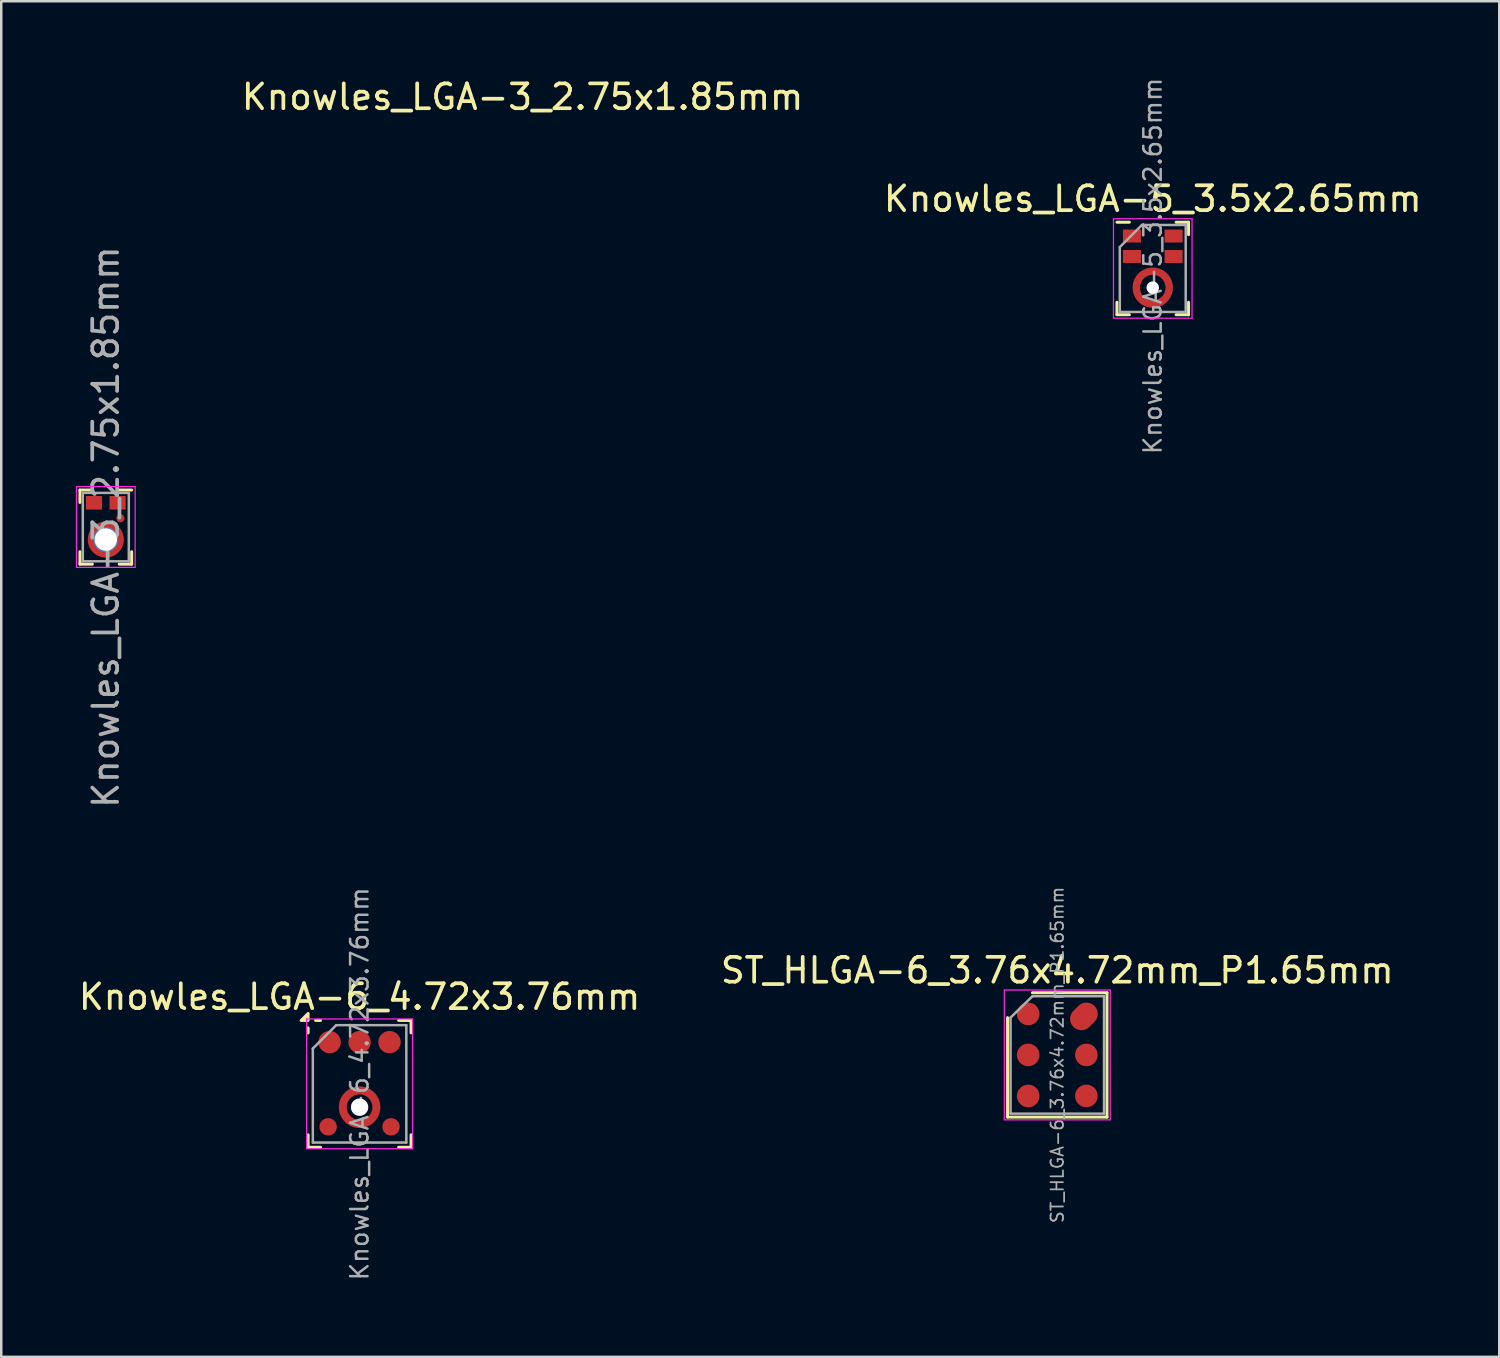
<source format=kicad_pcb>
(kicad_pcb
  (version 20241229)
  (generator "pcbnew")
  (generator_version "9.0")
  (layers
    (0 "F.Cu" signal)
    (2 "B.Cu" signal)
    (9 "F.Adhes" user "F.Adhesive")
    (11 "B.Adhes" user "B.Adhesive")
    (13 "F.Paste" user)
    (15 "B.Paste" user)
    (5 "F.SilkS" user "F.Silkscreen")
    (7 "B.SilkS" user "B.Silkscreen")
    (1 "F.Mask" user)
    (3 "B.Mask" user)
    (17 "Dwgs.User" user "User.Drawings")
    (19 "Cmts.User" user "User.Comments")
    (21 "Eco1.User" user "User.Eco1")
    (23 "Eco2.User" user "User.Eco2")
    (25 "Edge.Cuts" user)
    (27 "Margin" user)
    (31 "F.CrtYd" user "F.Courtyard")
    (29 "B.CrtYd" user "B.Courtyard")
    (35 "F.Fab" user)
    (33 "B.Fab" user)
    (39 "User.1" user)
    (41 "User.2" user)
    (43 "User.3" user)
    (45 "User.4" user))
  (footprint "Knowles_LGA-3_2.75x1.85mm"
    (layer "F.Cu")
    (at 1.205 18.148)
    (property "Reference" "Knowles_LGA-3_2.75x1.85mm" (at 16.76 -17.3 0) (unlocked yes) (layer "F.SilkS") (effects (font (size 1 1) (thickness 0.15))))
    (attr smd)
    (fp_line (start -1.04 -1.49) (end -1.04 -0.99) (stroke (width 0.12) (type solid)) (layer "F.SilkS"))
    (fp_line (start -1.04 1.49) (end -1.04 0.99) (stroke (width 0.12) (type solid)) (layer "F.SilkS"))
    (fp_line (start -1.04 1.49) (end -0.54 1.49) (stroke (width 0.12) (type solid)) (layer "F.SilkS"))
    (fp_line (start -0.54 -1.49) (end -1.04 -1.49) (stroke (width 0.12) (type solid)) (layer "F.SilkS"))
    (fp_line (start 1.04 -1.49) (end 0.54 -1.49) (stroke (width 0.12) (type solid)) (layer "F.SilkS"))
    (fp_line (start 1.04 1.49) (end 0.54 1.49) (stroke (width 0.12) (type solid)) (layer "F.SilkS"))
    (fp_line (start 1.04 1.49) (end 1.04 0.99) (stroke (width 0.12) (type solid)) (layer "F.SilkS"))
    (fp_arc (start -0.60039 0.495672) (mid -0.554718 0.266062) (end -0.424654 0.071408) (stroke (width 0.25) (type solid)) (layer "F.Paste"))
    (fp_arc (start -0.00039 -0.094328) (mid 0.22922 -0.048656) (end 0.423874 0.081408) (stroke (width 0.25) (type solid)) (layer "F.Paste"))
    (fp_arc (start -0.00039 1.095672) (mid -0.23 1.05) (end -0.424654 0.919936) (stroke (width 0.25) (type solid)) (layer "F.Paste"))
    (fp_arc (start 0.595672 0.50039) (mid 0.55 0.73) (end 0.419936 0.924654) (stroke (width 0.25) (type solid)) (layer "F.Paste"))
    (fp_line (start -1.18 -1.63) (end -1.18 1.62) (stroke (width 0.05) (type solid)) (layer "F.CrtYd"))
    (fp_line (start -1.18 -1.63) (end 1.18 -1.63) (stroke (width 0.05) (type solid)) (layer "F.CrtYd"))
    (fp_line (start -1.18 1.62) (end 1.18 1.62) (stroke (width 0.05) (type solid)) (layer "F.CrtYd"))
    (fp_line (start 1.18 -1.63) (end 1.18 1.62) (stroke (width 0.05) (type solid)) (layer "F.CrtYd"))
    (fp_line (start -0.925 -1.375) (end -0.925 1.375) (stroke (width 0.1) (type solid)) (layer "F.Fab"))
    (fp_line (start -0.925 -1.375) (end 0.925 -1.375) (stroke (width 0.1) (type solid)) (layer "F.Fab"))
    (fp_line (start -0.925 1.375) (end 0.925 1.375) (stroke (width 0.1) (type solid)) (layer "F.Fab"))
    (fp_line (start 0.925 -1.375) (end 0.925 1.375) (stroke (width 0.1) (type solid)) (layer "F.Fab"))
    (fp_text user "${REFERENCE}" (at 0 0 90) (unlocked yes) (layer "F.Fab") (effects (font (size 1 1) (thickness 0.15))))
    (pad "" connect circle (at 0 0.5) (size 1.45 1.45) (layers "F.Cu" "F.Mask"))
    (pad "" smd circle (at 0.588 -0.355) (size 0.325 0.325) (layers "F.Cu" "F.Mask"))
    (pad "1" smd rect (at 0.475 -0.978) (size 0.65 0.545) (layers "F.Cu" "F.Mask" "F.Paste"))
    (pad "2" smd rect (at -0.475 -0.978) (size 0.65 0.545) (layers "F.Cu" "F.Mask" "F.Paste"))
    (pad "3" thru_hole circle (at 0 0.5) (size 1 1) (drill 0.9) (layers "*.Cu" "*.Mask")))
  (footprint "ST_HLGA-6_3.76x4.72mm_P1.65mm"
    (layer "F.Cu")
    (at 39.47 39.376)
    (property "Reference" "ST_HLGA-6_3.76x4.72mm_P1.65mm" (at 0 -3.4 0) (layer "F.SilkS") (effects (font (size 1 1) (thickness 0.15))))
    (attr smd)
    (fp_line (start -2 2.5) (end -2 -1.5) (stroke (width 0.12) (type solid)) (layer "F.SilkS"))
    (fp_line (start -1 -2.5) (end 2 -2.5) (stroke (width 0.12) (type solid)) (layer "F.SilkS"))
    (fp_line (start 2 -2.5) (end 2 2.5) (stroke (width 0.12) (type solid)) (layer "F.SilkS"))
    (fp_line (start 2 2.5) (end -2 2.5) (stroke (width 0.12) (type solid)) (layer "F.SilkS"))
    (fp_line (start -2.13 -2.61) (end 2.13 -2.61) (stroke (width 0.05) (type solid)) (layer "F.CrtYd"))
    (fp_line (start -2.13 2.61) (end -2.13 -2.61) (stroke (width 0.05) (type solid)) (layer "F.CrtYd"))
    (fp_line (start 2.13 -2.61) (end 2.13 2.61) (stroke (width 0.05) (type solid)) (layer "F.CrtYd"))
    (fp_line (start 2.13 2.61) (end -2.13 2.61) (stroke (width 0.05) (type solid)) (layer "F.CrtYd"))
    (fp_line (start -1.88 2.36) (end -1.88 -1.5) (stroke (width 0.1) (type solid)) (layer "F.Fab"))
    (fp_line (start -1 -2.36) (end -1.88 -1.5) (stroke (width 0.1) (type solid)) (layer "F.Fab"))
    (fp_line (start -1 -2.36) (end 1.88 -2.36) (stroke (width 0.1) (type solid)) (layer "F.Fab"))
    (fp_line (start 1.88 -2.36) (end 1.88 2.36) (stroke (width 0.1) (type solid)) (layer "F.Fab"))
    (fp_line (start 1.88 2.36) (end -1.88 2.36) (stroke (width 0.1) (type solid)) (layer "F.Fab"))
    (fp_text user "${REFERENCE}" (at 0 0 90) (layer "F.Fab") (effects (font (size 0.5 0.5) (thickness 0.07))))
    (pad "1" smd circle (at -1.17 -1.65) (size 0.91 0.91) (layers "F.Cu" "F.Mask" "F.Paste"))
    (pad "2" smd circle (at -1.17 0) (size 0.91 0.91) (layers "F.Cu" "F.Mask" "F.Paste"))
    (pad "3" smd circle (at -1.17 1.65) (size 0.91 0.91) (layers "F.Cu" "F.Mask" "F.Paste"))
    (pad "4" smd circle (at 1.17 1.65) (size 0.91 0.91) (layers "F.Cu" "F.Mask" "F.Paste"))
    (pad "5" smd circle (at 1.17 0) (size 0.91 0.91) (layers "F.Cu" "F.Mask" "F.Paste"))
    (pad "6" smd oval (at 1.17 -1.65 45) (size 1.193 0.91) (drill (offset -0.141 0)) (layers "F.Cu" "F.Mask" "F.Paste")))
  (footprint "Knowles_LGA-6_4.72x3.76mm"
    (layer "F.Cu")
    (at 11.411 40.539)
    (property "Reference" "Knowles_LGA-6_4.72x3.76mm" (at 0 -3.5 0) (layer "F.SilkS") (effects (font (size 1 1) (thickness 0.15))))
    (attr smd)
    (fp_line (start -2.07 -2.25) (end -2.07 -2.05) (stroke (width 0.12) (type solid)) (layer "F.SilkS"))
    (fp_line (start -2.07 2.05) (end -2.07 2.55) (stroke (width 0.12) (type solid)) (layer "F.SilkS"))
    (fp_line (start -1.57 -2.55) (end -1.77 -2.55) (stroke (width 0.12) (type solid)) (layer "F.SilkS"))
    (fp_line (start -1.57 2.55) (end -2.07 2.55) (stroke (width 0.12) (type solid)) (layer "F.SilkS"))
    (fp_line (start 1.57 -2.55) (end 2.07 -2.55) (stroke (width 0.12) (type solid)) (layer "F.SilkS"))
    (fp_line (start 2.07 -2.55) (end 2.07 -2.05) (stroke (width 0.12) (type solid)) (layer "F.SilkS"))
    (fp_line (start 2.07 2.05) (end 2.07 2.55) (stroke (width 0.12) (type solid)) (layer "F.SilkS"))
    (fp_line (start 2.07 2.55) (end 1.57 2.55) (stroke (width 0.12) (type solid)) (layer "F.SilkS"))
    (fp_poly (pts (xy -2.07 -2.55) (xy -2.35 -2.55) (xy -2.07 -2.83) (xy -2.07 -2.55)) (stroke (width 0.12) (type solid)) (fill yes) (layer "F.SilkS"))
    (fp_arc (start -0.6073 1.233) (mid -0.675406 0.938) (end -0.6073 0.643) (stroke (width 0.3) (type solid)) (layer "F.Paste"))
    (fp_arc (start -0.295 0.3307) (mid 0 0.262594) (end 0.295 0.3307) (stroke (width 0.3) (type solid)) (layer "F.Paste"))
    (fp_arc (start 0.295 1.5453) (mid 0 1.613406) (end -0.295 1.5453) (stroke (width 0.3255) (type solid)) (layer "F.Paste"))
    (fp_arc (start 0.6073 0.643) (mid 0.675406 0.938) (end 0.6073 1.233) (stroke (width 0.3) (type solid)) (layer "F.Paste"))
    (fp_line (start -2.13 -2.61) (end 2.13 -2.61) (stroke (width 0.05) (type solid)) (layer "F.CrtYd"))
    (fp_line (start -2.13 2.61) (end -2.13 -2.61) (stroke (width 0.05) (type solid)) (layer "F.CrtYd"))
    (fp_line (start 2.13 -2.61) (end 2.13 2.61) (stroke (width 0.05) (type solid)) (layer "F.CrtYd"))
    (fp_line (start 2.13 2.61) (end -2.13 2.61) (stroke (width 0.05) (type solid)) (layer "F.CrtYd"))
    (fp_line (start -1.88 -1.42) (end -0.94 -2.36) (stroke (width 0.1) (type default)) (layer "F.Fab"))
    (fp_line (start -1.88 2.36) (end -1.88 -1.42) (stroke (width 0.1) (type solid)) (layer "F.Fab"))
    (fp_line (start 1.88 -2.36) (end -0.94 -2.36) (stroke (width 0.1) (type solid)) (layer "F.Fab"))
    (fp_line (start 1.88 -2.36) (end 1.88 2.36) (stroke (width 0.1) (type solid)) (layer "F.Fab"))
    (fp_line (start 1.88 2.36) (end -1.88 2.36) (stroke (width 0.1) (type solid)) (layer "F.Fab"))
    (fp_text user "${REFERENCE}" (at 0 0 90) (layer "F.Fab") (effects (font (size 0.7 0.7) (thickness 0.1))))
    (pad "" np_thru_hole circle (at 0 0.938) (size 0.7 0.7) (drill 0.7) (layers "*.Cu" "*.Mask"))
    (pad "1" smd circle (at -1.204 -1.678) (size 0.9 0.9) (layers "F.Cu" "F.Mask" "F.Paste"))
    (pad "2" smd circle (at -1.265 1.728) (size 0.7 0.7) (layers "F.Cu" "F.Mask" "F.Paste"))
    (pad "3" smd custom (at 0 1.613) (size 0.3 0.3) (layers "F.Cu" "F.Mask") (options (anchor circle)) (primitives (gr_circle (center 0 -0.675) (end 0.675 -0.675) (width 0.326) (fill no))))
    (pad "4" smd circle (at 1.265 1.728) (size 0.7 0.7) (layers "F.Cu" "F.Mask" "F.Paste"))
    (pad "5" smd circle (at 1.204 -1.678) (size 0.9 0.9) (layers "F.Cu" "F.Mask" "F.Paste"))
    (pad "6" smd circle (at 0 -1.678) (size 0.9 0.9) (layers "F.Cu" "F.Mask" "F.Paste")))
  (footprint "Knowles_LGA-5_3.5x2.65mm"
    (layer "F.Cu")
    (at 43.31 7.747)
    (property "Reference" "Knowles_LGA-5_3.5x2.65mm" (at 0 -2.8 0) (layer "F.SilkS") (effects (font (size 1 1) (thickness 0.15))))
    (attr smd)
    (fp_line (start -1.44 1.36) (end -1.44 1.86) (stroke (width 0.12) (type solid)) (layer "F.SilkS"))
    (fp_line (start -0.94 -1.86) (end -1.44 -1.86) (stroke (width 0.12) (type solid)) (layer "F.SilkS"))
    (fp_line (start -0.94 1.86) (end -1.44 1.86) (stroke (width 0.12) (type solid)) (layer "F.SilkS"))
    (fp_line (start 1.44 -1.86) (end 0.94 -1.86) (stroke (width 0.12) (type solid)) (layer "F.SilkS"))
    (fp_line (start 1.44 -1.86) (end 1.44 -1.36) (stroke (width 0.12) (type solid)) (layer "F.SilkS"))
    (fp_line (start 1.44 1.36) (end 1.44 1.86) (stroke (width 0.12) (type solid)) (layer "F.SilkS"))
    (fp_line (start 1.44 1.86) (end 0.94 1.86) (stroke (width 0.12) (type solid)) (layer "F.SilkS"))
    (fp_arc (start -0.6 0.49) (mid -0.464769 0.298418) (end -0.271239 0.165989) (stroke (width 0.3) (type solid)) (layer "F.Paste"))
    (fp_arc (start -0.28 1.37) (mid -0.471582 1.234769) (end -0.604011 1.041239) (stroke (width 0.3) (type solid)) (layer "F.Paste"))
    (fp_arc (start 0.28 0.17) (mid 0.471401 0.305047) (end 0.603799 0.49829) (stroke (width 0.3) (type solid)) (layer "F.Paste"))
    (fp_arc (start 0.6 1.05) (mid 0.464769 1.241582) (end 0.271239 1.374011) (stroke (width 0.3) (type solid)) (layer "F.Paste"))
    (fp_line (start -1.58 -2) (end 1.58 -2) (stroke (width 0.05) (type solid)) (layer "F.CrtYd"))
    (fp_line (start -1.58 2) (end -1.58 -2) (stroke (width 0.05) (type solid)) (layer "F.CrtYd"))
    (fp_line (start 1.58 -2) (end 1.58 2) (stroke (width 0.05) (type solid)) (layer "F.CrtYd"))
    (fp_line (start 1.58 2) (end -1.58 2) (stroke (width 0.05) (type solid)) (layer "F.CrtYd"))
    (fp_line (start -1.325 1.75) (end -1.325 -0.86) (stroke (width 0.1) (type solid)) (layer "F.Fab"))
    (fp_line (start -0.435 -1.75) (end -1.325 -0.86) (stroke (width 0.1) (type solid)) (layer "F.Fab"))
    (fp_line (start 1.325 -1.75) (end -0.435 -1.75) (stroke (width 0.1) (type solid)) (layer "F.Fab"))
    (fp_line (start 1.325 -1.75) (end 1.325 1.75) (stroke (width 0.1) (type solid)) (layer "F.Fab"))
    (fp_line (start 1.325 1.75) (end -1.325 1.75) (stroke (width 0.1) (type solid)) (layer "F.Fab"))
    (fp_text user "${REFERENCE}" (at 0 -0.1 90) (layer "F.Fab") (effects (font (size 0.7 0.7) (thickness 0.1))))
    (pad "" np_thru_hole circle (at 0 0.77) (size 0.5 0.5) (drill 0.5) (layers "*.Cu" "*.Mask"))
    (pad "1" smd rect (at -0.838 -1.304) (size 0.725 0.522) (layers "F.Cu" "F.Mask" "F.Paste"))
    (pad "2" smd rect (at -0.838 -0.482) (size 0.725 0.522) (layers "F.Cu" "F.Mask" "F.Paste"))
    (pad "3" smd custom (at 0 1.433) (size 0.3 0.3) (layers "F.Cu" "F.Mask") (options (anchor circle)) (primitives (gr_circle (center 0 -0.662) (end 0.662 -0.662) (width 0.3) (fill no))))
    (pad "4" smd rect (at 0.838 -0.482) (size 0.725 0.522) (layers "F.Cu" "F.Mask" "F.Paste"))
    (pad "5" smd rect (at 0.838 -1.304) (size 0.725 0.522) (layers "F.Cu" "F.Mask" "F.Paste")))
  (gr_rect
    (start -3 -3)
    (end 57.245 51.519)
    (stroke (width 0.1) (type default))
    (fill no)
    (layer "Edge.Cuts")))
</source>
